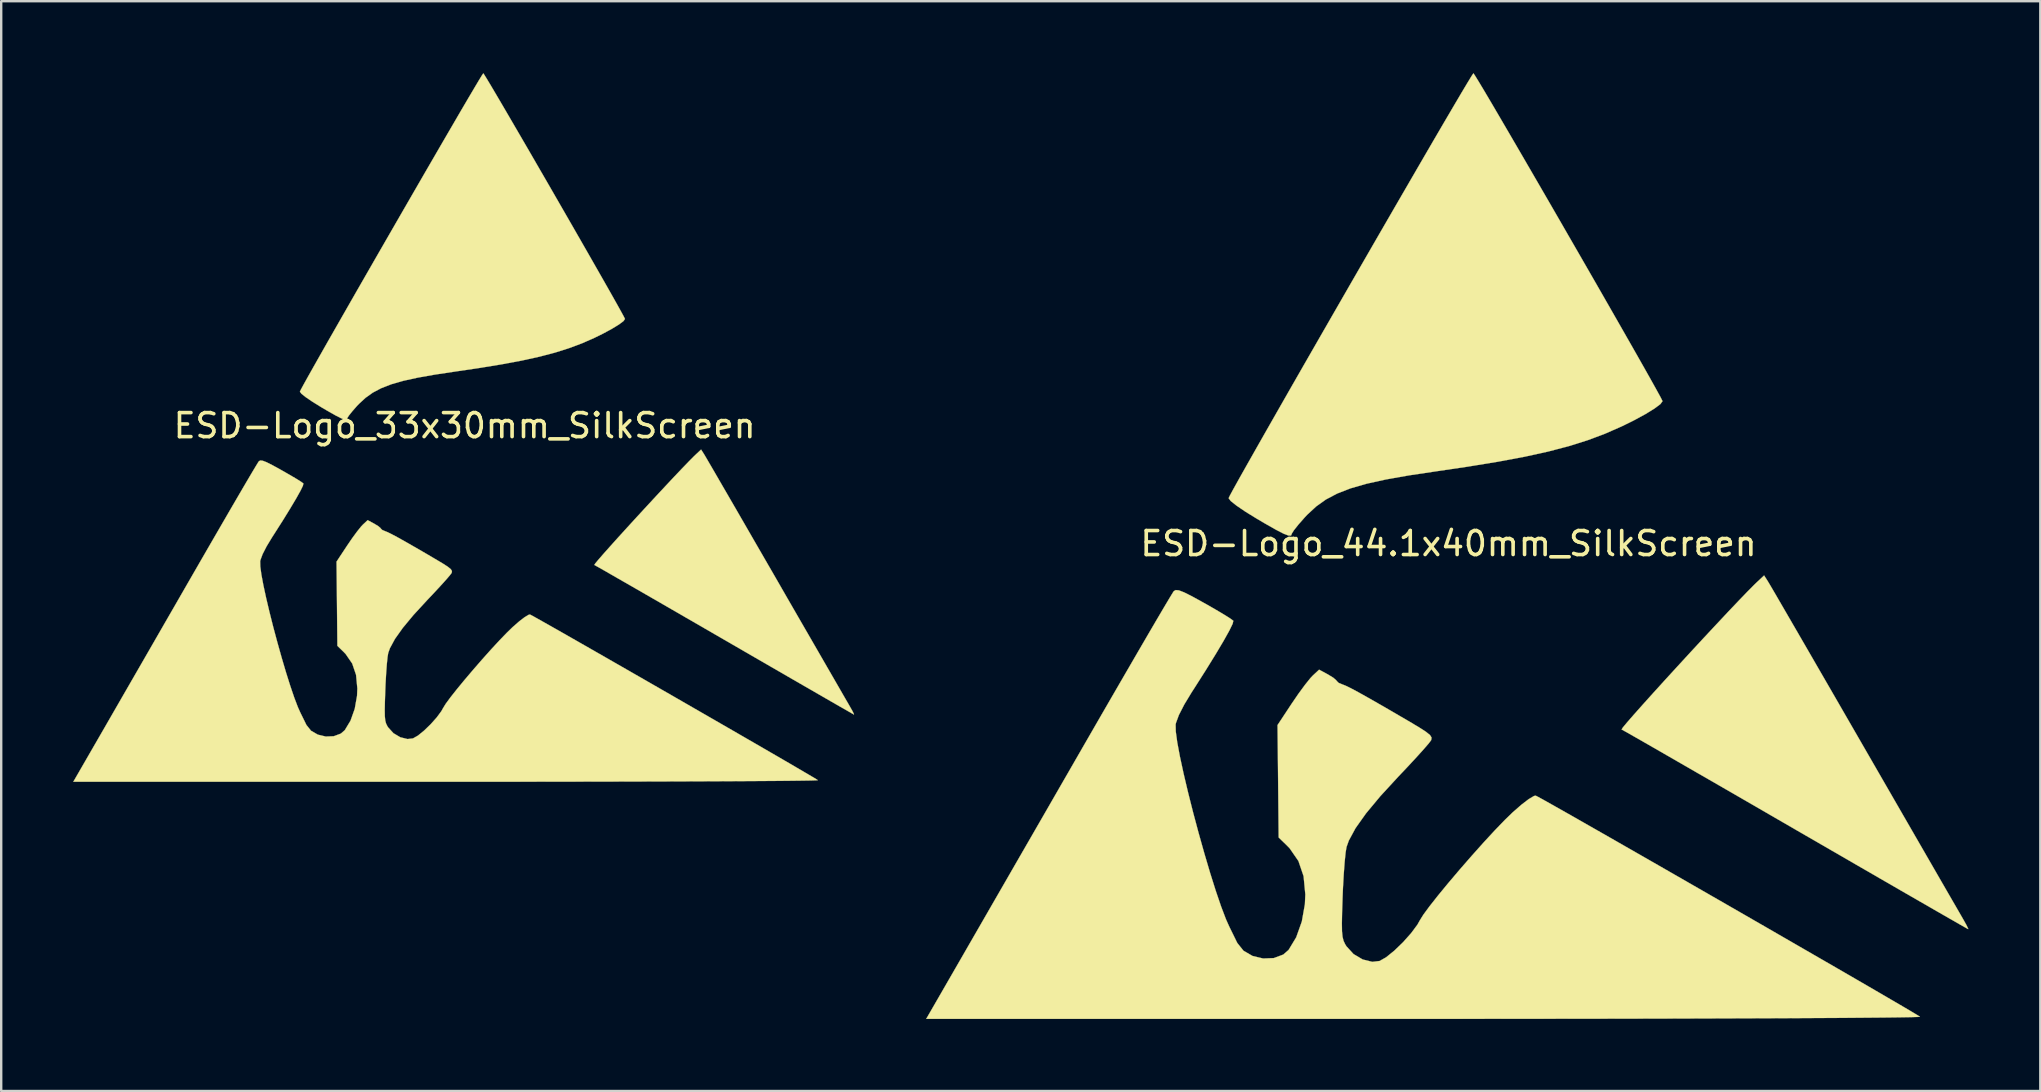
<source format=kicad_pcb>
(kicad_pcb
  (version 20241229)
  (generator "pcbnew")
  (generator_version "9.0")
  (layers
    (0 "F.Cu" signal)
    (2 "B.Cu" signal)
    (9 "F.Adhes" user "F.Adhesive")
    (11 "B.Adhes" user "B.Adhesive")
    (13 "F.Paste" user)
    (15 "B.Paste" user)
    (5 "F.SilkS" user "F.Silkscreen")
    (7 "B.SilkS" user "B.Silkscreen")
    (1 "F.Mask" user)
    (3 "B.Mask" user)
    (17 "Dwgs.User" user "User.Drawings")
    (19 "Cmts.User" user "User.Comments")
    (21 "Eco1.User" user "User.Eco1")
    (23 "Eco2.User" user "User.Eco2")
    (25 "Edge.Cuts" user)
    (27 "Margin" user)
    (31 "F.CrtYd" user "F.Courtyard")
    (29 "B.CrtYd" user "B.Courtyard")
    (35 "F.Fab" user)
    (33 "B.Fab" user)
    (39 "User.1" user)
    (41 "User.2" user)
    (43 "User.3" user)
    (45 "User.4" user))
  (footprint "ESD-Logo_44.1x40mm_SilkScreen"
    (layer "F.Cu")
    (at 57.304 19.599)
    (property "Reference" "ESD-Logo_44.1x40mm_SilkScreen" (at 0 0 0) (layer "F.SilkS") (effects (font (size 1 1) (thickness 0.15))))
    (attr exclude_from_pos_files exclude_from_bom allow_missing_courtyard)
    (fp_poly (pts (xy 13.304 1.571) (xy 13.38 1.698) (xy 13.552 1.991) (xy 13.809 2.434) (xy 14.145 3.013) (xy 14.551 3.713) (xy 15.018 4.52) (xy 15.537 5.418) (xy 16.101 6.394) (xy 16.7 7.432) (xy 17.317 8.501) (xy 17.947 9.593) (xy 18.551 10.641) (xy 19.122 11.631) (xy 19.65 12.546) (xy 20.127 13.372) (xy 20.543 14.094) (xy 20.891 14.696) (xy 21.161 15.163) (xy 21.344 15.48) (xy 21.43 15.629) (xy 21.571 15.88) (xy 21.648 16.037) (xy 21.652 16.065) (xy 21.559 16.013) (xy 21.3 15.866) (xy 20.888 15.63) (xy 20.338 15.314) (xy 19.663 14.925) (xy 18.875 14.471) (xy 17.99 13.96) (xy 17.02 13.399) (xy 15.979 12.797) (xy 14.88 12.162) (xy 14.462 11.92) (xy 13.344 11.273) (xy 12.277 10.656) (xy 11.275 10.077) (xy 10.351 9.545) (xy 9.52 9.066) (xy 8.795 8.648) (xy 8.189 8.3) (xy 7.717 8.03) (xy 7.391 7.845) (xy 7.227 7.753) (xy 7.21 7.745) (xy 7.26 7.666) (xy 7.434 7.456) (xy 7.715 7.133) (xy 8.085 6.717) (xy 8.525 6.228) (xy 9.018 5.685) (xy 9.547 5.107) (xy 10.093 4.513) (xy 10.638 3.924) (xy 11.166 3.358) (xy 11.657 2.834) (xy 12.095 2.373) (xy 12.461 1.993) (xy 12.738 1.714) (xy 12.833 1.622) (xy 13.148 1.327) (xy 13.304 1.571)) (stroke (width 0.01) (type solid)) (fill yes) (layer "F.SilkS"))
    (fp_poly (pts (xy 1.098 -19.507) (xy 1.252 -19.257) (xy 1.49 -18.86) (xy 1.801 -18.334) (xy 2.175 -17.695) (xy 2.604 -16.961) (xy 3.078 -16.147) (xy 3.586 -15.272) (xy 4.119 -14.352) (xy 4.667 -13.404) (xy 5.22 -12.444) (xy 5.77 -11.49) (xy 6.305 -10.559) (xy 6.816 -9.667) (xy 7.294 -8.831) (xy 7.729 -8.068) (xy 8.111 -7.395) (xy 8.43 -6.829) (xy 8.676 -6.387) (xy 8.841 -6.086) (xy 8.913 -5.942) (xy 8.916 -5.933) (xy 8.826 -5.811) (xy 8.576 -5.624) (xy 8.195 -5.39) (xy 7.713 -5.129) (xy 7.209 -4.881) (xy 6.524 -4.58) (xy 5.802 -4.309) (xy 5.021 -4.063) (xy 4.154 -3.836) (xy 3.178 -3.621) (xy 2.067 -3.413) (xy 0.796 -3.205) (xy -0.519 -3.011) (xy -1.661 -2.84) (xy -2.62 -2.67) (xy -3.421 -2.493) (xy -4.086 -2.301) (xy -4.64 -2.085) (xy -5.108 -1.838) (xy -5.512 -1.55) (xy -5.878 -1.212) (xy -5.996 -1.087) (xy -6.252 -0.796) (xy -6.441 -0.558) (xy -6.529 -0.418) (xy -6.531 -0.406) (xy -6.562 -0.336) (xy -6.669 -0.335) (xy -6.873 -0.413) (xy -7.196 -0.58) (xy -7.66 -0.844) (xy -7.983 -1.034) (xy -8.464 -1.33) (xy -8.838 -1.585) (xy -9.079 -1.778) (xy -9.163 -1.892) (xy -9.163 -1.893) (xy -9.111 -2.001) (xy -8.964 -2.273) (xy -8.73 -2.694) (xy -8.418 -3.248) (xy -8.037 -3.921) (xy -7.595 -4.699) (xy -7.101 -5.565) (xy -6.563 -6.507) (xy -5.99 -7.507) (xy -5.389 -8.553) (xy -4.771 -9.628) (xy -4.143 -10.719) (xy -3.514 -11.81) (xy -2.893 -12.886) (xy -2.287 -13.934) (xy -1.706 -14.936) (xy -1.158 -15.881) (xy -0.652 -16.751) (xy -0.196 -17.532) (xy 0.202 -18.21) (xy 0.532 -18.77) (xy 0.787 -19.197) (xy 0.957 -19.476) (xy 1.034 -19.592) (xy 1.037 -19.594) (xy 1.098 -19.507)) (stroke (width 0.01) (type solid)) (fill yes) (layer "F.SilkS"))
    (fp_poly (pts (xy -11.232 1.949) (xy -11.014 2.033) (xy -10.682 2.2) (xy -10.206 2.463) (xy -10.169 2.483) (xy -9.73 2.734) (xy -9.359 2.954) (xy -9.094 3.121) (xy -8.97 3.212) (xy -8.966 3.216) (xy -8.996 3.343) (xy -9.134 3.625) (xy -9.37 4.049) (xy -9.696 4.597) (xy -10.103 5.256) (xy -10.581 6.008) (xy -10.701 6.193) (xy -11.011 6.705) (xy -11.237 7.146) (xy -11.358 7.476) (xy -11.371 7.541) (xy -11.365 7.827) (xy -11.303 8.282) (xy -11.192 8.875) (xy -11.04 9.578) (xy -10.855 10.361) (xy -10.644 11.196) (xy -10.415 12.053) (xy -10.176 12.903) (xy -9.935 13.717) (xy -9.699 14.466) (xy -9.476 15.12) (xy -9.274 15.651) (xy -9.133 15.966) (xy -8.968 16.301) (xy -8.811 16.622) (xy -8.802 16.64) (xy -8.543 16.964) (xy -8.165 17.182) (xy -7.725 17.287) (xy -7.28 17.27) (xy -6.887 17.124) (xy -6.665 16.931) (xy -6.347 16.404) (xy -6.113 15.747) (xy -5.985 15.026) (xy -5.967 14.618) (xy -6.04 13.856) (xy -6.255 13.225) (xy -6.622 12.694) (xy -6.737 12.576) (xy -7.078 12.245) (xy -7.101 9.903) (xy -7.125 7.561) (xy -6.528 6.657) (xy -6.248 6.248) (xy -5.978 5.881) (xy -5.757 5.605) (xy -5.662 5.504) (xy -5.393 5.253) (xy -5.029 5.449) (xy -4.799 5.59) (xy -4.673 5.699) (xy -4.665 5.719) (xy -4.579 5.802) (xy -4.432 5.864) (xy -4.29 5.919) (xy -4.072 6.025) (xy -3.76 6.192) (xy -3.335 6.43) (xy -2.778 6.748) (xy -2.071 7.159) (xy -1.686 7.383) (xy -1.234 7.652) (xy -0.938 7.843) (xy -0.771 7.979) (xy -0.707 8.083) (xy -0.72 8.177) (xy -0.73 8.199) (xy -0.834 8.336) (xy -1.057 8.593) (xy -1.372 8.941) (xy -1.754 9.352) (xy -2.084 9.7) (xy -2.845 10.527) (xy -3.44 11.243) (xy -3.875 11.856) (xy -4.155 12.374) (xy -4.249 12.637) (xy -4.288 12.867) (xy -4.328 13.26) (xy -4.366 13.77) (xy -4.399 14.353) (xy -4.414 14.722) (xy -4.435 15.359) (xy -4.444 15.825) (xy -4.439 16.155) (xy -4.416 16.386) (xy -4.374 16.552) (xy -4.308 16.691) (xy -4.257 16.775) (xy -3.96 17.101) (xy -3.577 17.328) (xy -3.175 17.427) (xy -2.873 17.391) (xy -2.6 17.236) (xy -2.258 16.959) (xy -1.894 16.607) (xy -1.557 16.229) (xy -1.295 15.875) (xy -1.199 15.703) (xy -1.054 15.468) (xy -0.792 15.111) (xy -0.434 14.658) (xy -0.007 14.139) (xy 0.467 13.58) (xy 0.963 13.011) (xy 1.457 12.458) (xy 1.925 11.951) (xy 2.344 11.516) (xy 2.673 11.197) (xy 3.038 10.878) (xy 3.345 10.643) (xy 3.56 10.516) (xy 3.631 10.502) (xy 3.741 10.558) (xy 4.014 10.709) (xy 4.435 10.946) (xy 4.989 11.259) (xy 5.658 11.641) (xy 6.429 12.08) (xy 7.284 12.569) (xy 8.208 13.098) (xy 9.186 13.659) (xy 10.201 14.242) (xy 11.238 14.838) (xy 12.281 15.438) (xy 13.314 16.033) (xy 14.321 16.615) (xy 15.288 17.173) (xy 16.197 17.698) (xy 17.034 18.183) (xy 17.782 18.617) (xy 18.425 18.992) (xy 18.949 19.298) (xy 19.337 19.527) (xy 19.573 19.669) (xy 19.641 19.713) (xy 19.549 19.722) (xy 19.259 19.731) (xy 18.781 19.739) (xy 18.125 19.747) (xy 17.3 19.754) (xy 16.316 19.762) (xy 15.182 19.768) (xy 13.909 19.775) (xy 12.505 19.78) (xy 10.981 19.785) (xy 9.346 19.79) (xy 7.61 19.794) (xy 5.782 19.797) (xy 3.873 19.799) (xy 1.891 19.801) (xy -0.153 19.802) (xy -1.011 19.802) (xy -21.762 19.802) (xy -20.282 17.236) (xy -19.969 16.692) (xy -19.566 15.993) (xy -19.086 15.16) (xy -18.543 14.218) (xy -17.951 13.19) (xy -17.322 12.1) (xy -16.671 10.97) (xy -16.011 9.824) (xy -15.355 8.685) (xy -15.19 8.398) (xy -14.585 7.349) (xy -14.008 6.351) (xy -13.468 5.419) (xy -12.974 4.568) (xy -12.534 3.812) (xy -12.156 3.166) (xy -11.849 2.645) (xy -11.623 2.265) (xy -11.485 2.039) (xy -11.447 1.982) (xy -11.366 1.936) (xy -11.232 1.949)) (stroke (width 0.01) (type solid)) (fill yes) (layer "F.SilkS")))
  (footprint "ESD-Logo_33x30mm_SilkScreen"
    (layer "F.Cu")
    (at 16.31 14.686)
    (property "Reference" "ESD-Logo_33x30mm_SilkScreen" (at 0 0 0) (layer "F.SilkS") (effects (font (size 1 1) (thickness 0.15))))
    (attr exclude_from_pos_files exclude_from_bom allow_missing_courtyard)
    (fp_poly (pts (xy 9.968 1.177) (xy 10.025 1.272) (xy 10.153 1.492) (xy 10.347 1.824) (xy 10.598 2.257) (xy 10.902 2.782) (xy 11.252 3.386) (xy 11.641 4.059) (xy 12.063 4.791) (xy 12.513 5.569) (xy 12.975 6.369) (xy 13.446 7.188) (xy 13.899 7.973) (xy 14.327 8.714) (xy 14.723 9.4) (xy 15.08 10.019) (xy 15.392 10.559) (xy 15.652 11.01) (xy 15.854 11.361) (xy 15.992 11.598) (xy 16.056 11.71) (xy 16.162 11.898) (xy 16.219 12.016) (xy 16.222 12.036) (xy 16.152 11.998) (xy 15.958 11.887) (xy 15.65 11.711) (xy 15.238 11.474) (xy 14.732 11.182) (xy 14.142 10.842) (xy 13.479 10.459) (xy 12.752 10.039) (xy 11.972 9.588) (xy 11.149 9.112) (xy 10.836 8.931) (xy 9.998 8.446) (xy 9.198 7.984) (xy 8.448 7.55) (xy 7.756 7.151) (xy 7.133 6.792) (xy 6.589 6.48) (xy 6.135 6.219) (xy 5.782 6.016) (xy 5.538 5.878) (xy 5.415 5.809) (xy 5.402 5.803) (xy 5.439 5.744) (xy 5.57 5.586) (xy 5.78 5.344) (xy 6.057 5.033) (xy 6.387 4.666) (xy 6.757 4.259) (xy 7.153 3.826) (xy 7.562 3.382) (xy 7.971 2.94) (xy 8.366 2.516) (xy 8.734 2.123) (xy 9.062 1.778) (xy 9.337 1.493) (xy 9.544 1.284) (xy 9.615 1.216) (xy 9.851 0.994) (xy 9.968 1.177)) (stroke (width 0.01) (type solid)) (fill yes) (layer "F.SilkS"))
    (fp_poly (pts (xy 0.823 -14.615) (xy 0.938 -14.428) (xy 1.116 -14.131) (xy 1.349 -13.736) (xy 1.63 -13.258) (xy 1.951 -12.707) (xy 2.306 -12.098) (xy 2.687 -11.443) (xy 3.086 -10.753) (xy 3.497 -10.043) (xy 3.911 -9.324) (xy 4.323 -8.609) (xy 4.724 -7.911) (xy 5.107 -7.243) (xy 5.465 -6.616) (xy 5.791 -6.045) (xy 6.077 -5.541) (xy 6.316 -5.117) (xy 6.501 -4.785) (xy 6.624 -4.56) (xy 6.678 -4.452) (xy 6.68 -4.445) (xy 6.613 -4.353) (xy 6.425 -4.213) (xy 6.14 -4.039) (xy 5.779 -3.843) (xy 5.402 -3.657) (xy 4.888 -3.431) (xy 4.347 -3.229) (xy 3.762 -3.044) (xy 3.113 -2.874) (xy 2.381 -2.713) (xy 1.548 -2.557) (xy 0.596 -2.401) (xy -0.389 -2.256) (xy -1.245 -2.127) (xy -1.963 -2) (xy -2.563 -1.868) (xy -3.061 -1.724) (xy -3.477 -1.562) (xy -3.827 -1.377) (xy -4.13 -1.161) (xy -4.404 -0.908) (xy -4.493 -0.815) (xy -4.684 -0.596) (xy -4.826 -0.418) (xy -4.892 -0.313) (xy -4.894 -0.304) (xy -4.917 -0.252) (xy -4.996 -0.251) (xy -5.149 -0.31) (xy -5.392 -0.434) (xy -5.739 -0.632) (xy -5.981 -0.774) (xy -6.341 -0.997) (xy -6.621 -1.187) (xy -6.802 -1.332) (xy -6.865 -1.417) (xy -6.865 -1.418) (xy -6.826 -1.499) (xy -6.716 -1.703) (xy -6.541 -2.018) (xy -6.307 -2.434) (xy -6.022 -2.938) (xy -5.691 -3.521) (xy -5.32 -4.17) (xy -4.917 -4.875) (xy -4.488 -5.625) (xy -4.038 -6.408) (xy -3.575 -7.214) (xy -3.104 -8.031) (xy -2.633 -8.848) (xy -2.167 -9.655) (xy -1.714 -10.439) (xy -1.278 -11.191) (xy -0.868 -11.898) (xy -0.488 -12.55) (xy -0.147 -13.136) (xy 0.151 -13.644) (xy 0.399 -14.063) (xy 0.589 -14.383) (xy 0.717 -14.592) (xy 0.775 -14.679) (xy 0.777 -14.681) (xy 0.823 -14.615)) (stroke (width 0.01) (type solid)) (fill yes) (layer "F.SilkS"))
    (fp_poly (pts (xy -8.415 1.46) (xy -8.252 1.523) (xy -8.003 1.649) (xy -7.646 1.845) (xy -7.619 1.861) (xy -7.29 2.049) (xy -7.012 2.213) (xy -6.813 2.338) (xy -6.72 2.406) (xy -6.718 2.41) (xy -6.74 2.505) (xy -6.843 2.716) (xy -7.02 3.033) (xy -7.265 3.444) (xy -7.569 3.938) (xy -7.928 4.502) (xy -8.017 4.64) (xy -8.25 5.024) (xy -8.419 5.354) (xy -8.51 5.601) (xy -8.52 5.65) (xy -8.515 5.864) (xy -8.469 6.205) (xy -8.386 6.649) (xy -8.272 7.176) (xy -8.133 7.763) (xy -7.975 8.389) (xy -7.803 9.031) (xy -7.624 9.668) (xy -7.444 10.277) (xy -7.267 10.838) (xy -7.1 11.329) (xy -6.949 11.726) (xy -6.843 11.962) (xy -6.719 12.213) (xy -6.601 12.454) (xy -6.595 12.467) (xy -6.401 12.71) (xy -6.118 12.873) (xy -5.788 12.952) (xy -5.454 12.939) (xy -5.16 12.83) (xy -4.994 12.686) (xy -4.755 12.29) (xy -4.58 11.798) (xy -4.484 11.258) (xy -4.471 10.952) (xy -4.525 10.381) (xy -4.686 9.909) (xy -4.961 9.511) (xy -5.047 9.422) (xy -5.303 9.174) (xy -5.338 5.665) (xy -4.891 4.988) (xy -4.681 4.681) (xy -4.479 4.406) (xy -4.313 4.199) (xy -4.242 4.124) (xy -4.041 3.936) (xy -3.768 4.083) (xy -3.596 4.188) (xy -3.501 4.27) (xy -3.495 4.285) (xy -3.431 4.347) (xy -3.321 4.393) (xy -3.214 4.435) (xy -3.051 4.515) (xy -2.817 4.639) (xy -2.498 4.817) (xy -2.081 5.056) (xy -1.551 5.363) (xy -1.264 5.532) (xy -0.925 5.733) (xy -0.703 5.876) (xy -0.577 5.978) (xy -0.529 6.056) (xy -0.539 6.126) (xy -0.547 6.143) (xy -0.625 6.245) (xy -0.792 6.438) (xy -1.028 6.699) (xy -1.314 7.007) (xy -1.561 7.268) (xy -2.131 7.887) (xy -2.577 8.424) (xy -2.903 8.883) (xy -3.113 9.271) (xy -3.184 9.468) (xy -3.213 9.641) (xy -3.243 9.935) (xy -3.271 10.317) (xy -3.296 10.754) (xy -3.307 11.03) (xy -3.323 11.507) (xy -3.33 11.856) (xy -3.326 12.104) (xy -3.309 12.277) (xy -3.277 12.402) (xy -3.228 12.505) (xy -3.189 12.569) (xy -2.967 12.813) (xy -2.68 12.983) (xy -2.379 13.057) (xy -2.153 13.03) (xy -1.948 12.914) (xy -1.692 12.706) (xy -1.419 12.442) (xy -1.167 12.16) (xy -0.97 11.894) (xy -0.898 11.765) (xy -0.79 11.589) (xy -0.593 11.321) (xy -0.325 10.982) (xy -0.005 10.593) (xy 0.35 10.175) (xy 0.721 9.748) (xy 1.091 9.334) (xy 1.442 8.954) (xy 1.756 8.628) (xy 2.002 8.389) (xy 2.276 8.15) (xy 2.506 7.974) (xy 2.667 7.879) (xy 2.721 7.868) (xy 2.803 7.91) (xy 3.008 8.024) (xy 3.323 8.201) (xy 3.738 8.436) (xy 4.239 8.721) (xy 4.817 9.051) (xy 5.457 9.417) (xy 6.15 9.814) (xy 6.882 10.234) (xy 7.643 10.671) (xy 8.42 11.117) (xy 9.201 11.567) (xy 9.975 12.013) (xy 10.73 12.448) (xy 11.454 12.866) (xy 12.136 13.26) (xy 12.762 13.623) (xy 13.323 13.948) (xy 13.805 14.229) (xy 14.197 14.459) (xy 14.488 14.63) (xy 14.664 14.736) (xy 14.716 14.77) (xy 14.647 14.776) (xy 14.43 14.783) (xy 14.071 14.789) (xy 13.58 14.795) (xy 12.962 14.801) (xy 12.224 14.806) (xy 11.375 14.811) (xy 10.421 14.816) (xy 9.369 14.82) (xy 8.227 14.824) (xy 7.003 14.827) (xy 5.702 14.83) (xy 4.332 14.832) (xy 2.902 14.834) (xy 1.417 14.835) (xy -0.115 14.836) (xy -0.758 14.836) (xy -16.305 14.836) (xy -15.196 12.914) (xy -14.961 12.507) (xy -14.659 11.982) (xy -14.3 11.359) (xy -13.893 10.653) (xy -13.449 9.883) (xy -12.978 9.065) (xy -12.491 8.219) (xy -11.996 7.36) (xy -11.505 6.507) (xy -11.381 6.292) (xy -10.928 5.506) (xy -10.496 4.759) (xy -10.091 4.06) (xy -9.721 3.422) (xy -9.391 2.856) (xy -9.108 2.372) (xy -8.878 1.982) (xy -8.708 1.697) (xy -8.605 1.528) (xy -8.576 1.485) (xy -8.516 1.45) (xy -8.415 1.46)) (stroke (width 0.01) (type solid)) (fill yes) (layer "F.SilkS")))
  (gr_rect
    (start -3 -3)
    (end 81.961 42.406)
    (stroke (width 0.1) (type default))
    (fill no)
    (layer "Edge.Cuts")))
</source>
